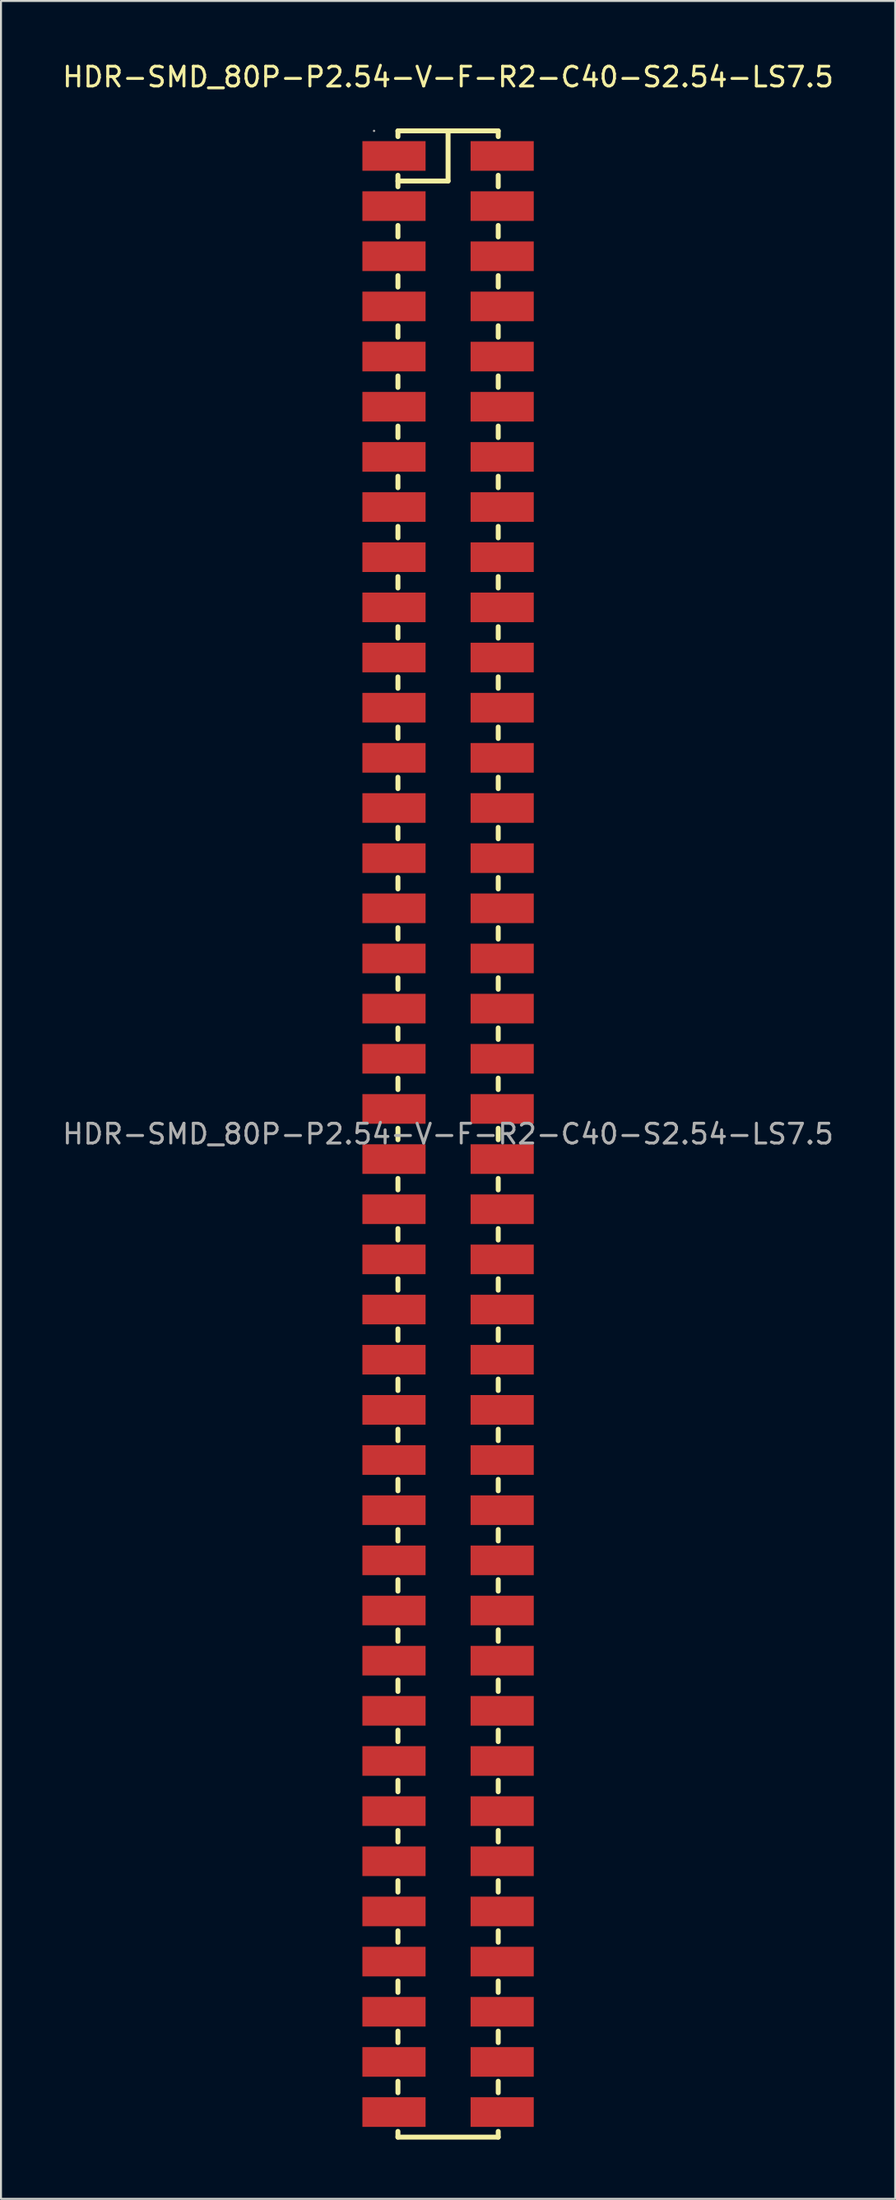
<source format=kicad_pcb>
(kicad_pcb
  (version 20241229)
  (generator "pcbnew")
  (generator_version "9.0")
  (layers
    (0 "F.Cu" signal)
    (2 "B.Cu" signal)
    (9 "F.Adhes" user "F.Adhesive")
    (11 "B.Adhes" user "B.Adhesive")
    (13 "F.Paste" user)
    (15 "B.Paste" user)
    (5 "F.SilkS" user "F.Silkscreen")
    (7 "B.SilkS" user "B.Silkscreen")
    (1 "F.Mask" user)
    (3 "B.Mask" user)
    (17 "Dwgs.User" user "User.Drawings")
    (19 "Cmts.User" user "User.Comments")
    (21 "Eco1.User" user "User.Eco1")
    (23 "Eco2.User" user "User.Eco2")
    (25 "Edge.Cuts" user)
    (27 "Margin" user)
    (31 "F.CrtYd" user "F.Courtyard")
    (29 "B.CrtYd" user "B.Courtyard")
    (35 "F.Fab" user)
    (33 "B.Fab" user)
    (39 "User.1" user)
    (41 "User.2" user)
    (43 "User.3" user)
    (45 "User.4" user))
  (footprint "HDR-SMD_80P-P2.54-V-F-R2-C40-S2.54-LS7.5"
    (layer "F.Cu")
    (at 19.649 54.378)
    (property "Reference" "HDR-SMD_80P-P2.54-V-F-R2-C40-S2.54-LS7.5" (at 0 -53.53 0) (layer "F.SilkS") (effects (font (size 1 1) (thickness 0.15))))
    (attr through_hole)
    (fp_line (start -2.54 -50.8) (end -2.54 -50.51) (stroke (width 0.25) (type solid)) (layer "F.SilkS"))
    (fp_line (start -2.54 -50.8) (end 2.54 -50.8) (stroke (width 0.25) (type solid)) (layer "F.SilkS"))
    (fp_line (start -2.54 -48.55) (end -2.54 -47.97) (stroke (width 0.25) (type solid)) (layer "F.SilkS"))
    (fp_line (start -2.54 -46.01) (end -2.54 -45.43) (stroke (width 0.25) (type solid)) (layer "F.SilkS"))
    (fp_line (start -2.54 -43.47) (end -2.54 -42.89) (stroke (width 0.25) (type solid)) (layer "F.SilkS"))
    (fp_line (start -2.54 -40.93) (end -2.54 -40.35) (stroke (width 0.25) (type solid)) (layer "F.SilkS"))
    (fp_line (start -2.54 -38.39) (end -2.54 -37.81) (stroke (width 0.25) (type solid)) (layer "F.SilkS"))
    (fp_line (start -2.54 -35.85) (end -2.54 -35.27) (stroke (width 0.25) (type solid)) (layer "F.SilkS"))
    (fp_line (start -2.54 -33.31) (end -2.54 -32.73) (stroke (width 0.25) (type solid)) (layer "F.SilkS"))
    (fp_line (start -2.54 -30.77) (end -2.54 -30.19) (stroke (width 0.25) (type solid)) (layer "F.SilkS"))
    (fp_line (start -2.54 -28.23) (end -2.54 -27.65) (stroke (width 0.25) (type solid)) (layer "F.SilkS"))
    (fp_line (start -2.54 -25.69) (end -2.54 -25.11) (stroke (width 0.25) (type solid)) (layer "F.SilkS"))
    (fp_line (start -2.54 -23.15) (end -2.54 -22.57) (stroke (width 0.25) (type solid)) (layer "F.SilkS"))
    (fp_line (start -2.54 -20.61) (end -2.54 -20.03) (stroke (width 0.25) (type solid)) (layer "F.SilkS"))
    (fp_line (start -2.54 -18.07) (end -2.54 -17.49) (stroke (width 0.25) (type solid)) (layer "F.SilkS"))
    (fp_line (start -2.54 -15.53) (end -2.54 -14.95) (stroke (width 0.25) (type solid)) (layer "F.SilkS"))
    (fp_line (start -2.54 -12.99) (end -2.54 -12.41) (stroke (width 0.25) (type solid)) (layer "F.SilkS"))
    (fp_line (start -2.54 -10.45) (end -2.54 -9.87) (stroke (width 0.25) (type solid)) (layer "F.SilkS"))
    (fp_line (start -2.54 -7.91) (end -2.54 -7.33) (stroke (width 0.25) (type solid)) (layer "F.SilkS"))
    (fp_line (start -2.54 -5.37) (end -2.54 -4.79) (stroke (width 0.25) (type solid)) (layer "F.SilkS"))
    (fp_line (start -2.54 -2.83) (end -2.54 -2.25) (stroke (width 0.25) (type solid)) (layer "F.SilkS"))
    (fp_line (start -2.54 -0.29) (end -2.54 0.29) (stroke (width 0.25) (type solid)) (layer "F.SilkS"))
    (fp_line (start -2.54 2.25) (end -2.54 2.83) (stroke (width 0.25) (type solid)) (layer "F.SilkS"))
    (fp_line (start -2.54 4.79) (end -2.54 5.37) (stroke (width 0.25) (type solid)) (layer "F.SilkS"))
    (fp_line (start -2.54 7.33) (end -2.54 7.91) (stroke (width 0.25) (type solid)) (layer "F.SilkS"))
    (fp_line (start -2.54 9.87) (end -2.54 10.45) (stroke (width 0.25) (type solid)) (layer "F.SilkS"))
    (fp_line (start -2.54 12.41) (end -2.54 12.99) (stroke (width 0.25) (type solid)) (layer "F.SilkS"))
    (fp_line (start -2.54 14.95) (end -2.54 15.53) (stroke (width 0.25) (type solid)) (layer "F.SilkS"))
    (fp_line (start -2.54 17.49) (end -2.54 18.07) (stroke (width 0.25) (type solid)) (layer "F.SilkS"))
    (fp_line (start -2.54 20.03) (end -2.54 20.61) (stroke (width 0.25) (type solid)) (layer "F.SilkS"))
    (fp_line (start -2.54 22.57) (end -2.54 23.15) (stroke (width 0.25) (type solid)) (layer "F.SilkS"))
    (fp_line (start -2.54 25.11) (end -2.54 25.69) (stroke (width 0.25) (type solid)) (layer "F.SilkS"))
    (fp_line (start -2.54 27.65) (end -2.54 28.23) (stroke (width 0.25) (type solid)) (layer "F.SilkS"))
    (fp_line (start -2.54 30.19) (end -2.54 30.77) (stroke (width 0.25) (type solid)) (layer "F.SilkS"))
    (fp_line (start -2.54 32.73) (end -2.54 33.31) (stroke (width 0.25) (type solid)) (layer "F.SilkS"))
    (fp_line (start -2.54 35.27) (end -2.54 35.85) (stroke (width 0.25) (type solid)) (layer "F.SilkS"))
    (fp_line (start -2.54 37.81) (end -2.54 38.39) (stroke (width 0.25) (type solid)) (layer "F.SilkS"))
    (fp_line (start -2.54 40.35) (end -2.54 40.93) (stroke (width 0.25) (type solid)) (layer "F.SilkS"))
    (fp_line (start -2.54 42.89) (end -2.54 43.47) (stroke (width 0.25) (type solid)) (layer "F.SilkS"))
    (fp_line (start -2.54 45.43) (end -2.54 46.01) (stroke (width 0.25) (type solid)) (layer "F.SilkS"))
    (fp_line (start -2.54 47.97) (end -2.54 48.55) (stroke (width 0.25) (type solid)) (layer "F.SilkS"))
    (fp_line (start -2.54 50.51) (end -2.54 50.8) (stroke (width 0.25) (type solid)) (layer "F.SilkS"))
    (fp_line (start -2.54 50.8) (end 2.54 50.8) (stroke (width 0.25) (type solid)) (layer "F.SilkS"))
    (fp_line (start 0 -50.8) (end 0 -48.26) (stroke (width 0.25) (type solid)) (layer "F.SilkS"))
    (fp_line (start 0 -48.26) (end -2.54 -48.26) (stroke (width 0.25) (type solid)) (layer "F.SilkS"))
    (fp_line (start 2.54 -50.51) (end 2.54 -50.8) (stroke (width 0.25) (type solid)) (layer "F.SilkS"))
    (fp_line (start 2.54 -47.97) (end 2.54 -48.55) (stroke (width 0.25) (type solid)) (layer "F.SilkS"))
    (fp_line (start 2.54 -45.43) (end 2.54 -46.01) (stroke (width 0.25) (type solid)) (layer "F.SilkS"))
    (fp_line (start 2.54 -42.89) (end 2.54 -43.47) (stroke (width 0.25) (type solid)) (layer "F.SilkS"))
    (fp_line (start 2.54 -40.35) (end 2.54 -40.93) (stroke (width 0.25) (type solid)) (layer "F.SilkS"))
    (fp_line (start 2.54 -37.81) (end 2.54 -38.39) (stroke (width 0.25) (type solid)) (layer "F.SilkS"))
    (fp_line (start 2.54 -35.27) (end 2.54 -35.85) (stroke (width 0.25) (type solid)) (layer "F.SilkS"))
    (fp_line (start 2.54 -32.73) (end 2.54 -33.31) (stroke (width 0.25) (type solid)) (layer "F.SilkS"))
    (fp_line (start 2.54 -30.19) (end 2.54 -30.77) (stroke (width 0.25) (type solid)) (layer "F.SilkS"))
    (fp_line (start 2.54 -27.65) (end 2.54 -28.23) (stroke (width 0.25) (type solid)) (layer "F.SilkS"))
    (fp_line (start 2.54 -25.11) (end 2.54 -25.69) (stroke (width 0.25) (type solid)) (layer "F.SilkS"))
    (fp_line (start 2.54 -22.57) (end 2.54 -23.15) (stroke (width 0.25) (type solid)) (layer "F.SilkS"))
    (fp_line (start 2.54 -20.03) (end 2.54 -20.61) (stroke (width 0.25) (type solid)) (layer "F.SilkS"))
    (fp_line (start 2.54 -17.49) (end 2.54 -18.07) (stroke (width 0.25) (type solid)) (layer "F.SilkS"))
    (fp_line (start 2.54 -14.95) (end 2.54 -15.53) (stroke (width 0.25) (type solid)) (layer "F.SilkS"))
    (fp_line (start 2.54 -12.41) (end 2.54 -12.99) (stroke (width 0.25) (type solid)) (layer "F.SilkS"))
    (fp_line (start 2.54 -9.87) (end 2.54 -10.45) (stroke (width 0.25) (type solid)) (layer "F.SilkS"))
    (fp_line (start 2.54 -7.33) (end 2.54 -7.91) (stroke (width 0.25) (type solid)) (layer "F.SilkS"))
    (fp_line (start 2.54 -4.79) (end 2.54 -5.37) (stroke (width 0.25) (type solid)) (layer "F.SilkS"))
    (fp_line (start 2.54 -2.25) (end 2.54 -2.83) (stroke (width 0.25) (type solid)) (layer "F.SilkS"))
    (fp_line (start 2.54 0.29) (end 2.54 -0.29) (stroke (width 0.25) (type solid)) (layer "F.SilkS"))
    (fp_line (start 2.54 2.83) (end 2.54 2.25) (stroke (width 0.25) (type solid)) (layer "F.SilkS"))
    (fp_line (start 2.54 5.37) (end 2.54 4.79) (stroke (width 0.25) (type solid)) (layer "F.SilkS"))
    (fp_line (start 2.54 7.91) (end 2.54 7.33) (stroke (width 0.25) (type solid)) (layer "F.SilkS"))
    (fp_line (start 2.54 10.45) (end 2.54 9.87) (stroke (width 0.25) (type solid)) (layer "F.SilkS"))
    (fp_line (start 2.54 12.99) (end 2.54 12.41) (stroke (width 0.25) (type solid)) (layer "F.SilkS"))
    (fp_line (start 2.54 15.53) (end 2.54 14.95) (stroke (width 0.25) (type solid)) (layer "F.SilkS"))
    (fp_line (start 2.54 18.07) (end 2.54 17.49) (stroke (width 0.25) (type solid)) (layer "F.SilkS"))
    (fp_line (start 2.54 20.61) (end 2.54 20.03) (stroke (width 0.25) (type solid)) (layer "F.SilkS"))
    (fp_line (start 2.54 23.15) (end 2.54 22.57) (stroke (width 0.25) (type solid)) (layer "F.SilkS"))
    (fp_line (start 2.54 25.69) (end 2.54 25.11) (stroke (width 0.25) (type solid)) (layer "F.SilkS"))
    (fp_line (start 2.54 28.23) (end 2.54 27.65) (stroke (width 0.25) (type solid)) (layer "F.SilkS"))
    (fp_line (start 2.54 30.77) (end 2.54 30.19) (stroke (width 0.25) (type solid)) (layer "F.SilkS"))
    (fp_line (start 2.54 33.31) (end 2.54 32.73) (stroke (width 0.25) (type solid)) (layer "F.SilkS"))
    (fp_line (start 2.54 35.85) (end 2.54 35.27) (stroke (width 0.25) (type solid)) (layer "F.SilkS"))
    (fp_line (start 2.54 38.39) (end 2.54 37.81) (stroke (width 0.25) (type solid)) (layer "F.SilkS"))
    (fp_line (start 2.54 40.93) (end 2.54 40.35) (stroke (width 0.25) (type solid)) (layer "F.SilkS"))
    (fp_line (start 2.54 43.47) (end 2.54 42.89) (stroke (width 0.25) (type solid)) (layer "F.SilkS"))
    (fp_line (start 2.54 46.01) (end 2.54 45.43) (stroke (width 0.25) (type solid)) (layer "F.SilkS"))
    (fp_line (start 2.54 48.55) (end 2.54 47.97) (stroke (width 0.25) (type solid)) (layer "F.SilkS"))
    (fp_line (start 2.54 50.8) (end 2.54 50.51) (stroke (width 0.25) (type solid)) (layer "F.SilkS"))
    (fp_circle (center -3.75 -50.8) (end -3.72 -50.8) (stroke (width 0.06) (type solid)) (fill no) (layer "F.Fab"))
    (fp_text user "${REFERENCE}" (at 0 0 0) (layer "F.Fab") (effects (font (size 1 1) (thickness 0.15))))
    (pad "1" smd rect (at -2.74 -49.53 270) (size 1.5 3.2) (layers "F.Cu" "F.Mask" "F.Paste"))
    (pad "2" smd rect (at 2.74 -49.53 270) (size 1.5 3.2) (layers "F.Cu" "F.Mask" "F.Paste"))
    (pad "3" smd rect (at -2.74 -46.99 270) (size 1.5 3.2) (layers "F.Cu" "F.Mask" "F.Paste"))
    (pad "4" smd rect (at 2.74 -46.99 270) (size 1.5 3.2) (layers "F.Cu" "F.Mask" "F.Paste"))
    (pad "5" smd rect (at -2.74 -44.45 270) (size 1.5 3.2) (layers "F.Cu" "F.Mask" "F.Paste"))
    (pad "6" smd rect (at 2.74 -44.45 270) (size 1.5 3.2) (layers "F.Cu" "F.Mask" "F.Paste"))
    (pad "7" smd rect (at -2.74 -41.91 270) (size 1.5 3.2) (layers "F.Cu" "F.Mask" "F.Paste"))
    (pad "8" smd rect (at 2.74 -41.91 270) (size 1.5 3.2) (layers "F.Cu" "F.Mask" "F.Paste"))
    (pad "9" smd rect (at -2.74 -39.37 270) (size 1.5 3.2) (layers "F.Cu" "F.Mask" "F.Paste"))
    (pad "10" smd rect (at 2.74 -39.37 270) (size 1.5 3.2) (layers "F.Cu" "F.Mask" "F.Paste"))
    (pad "11" smd rect (at -2.74 -36.83 270) (size 1.5 3.2) (layers "F.Cu" "F.Mask" "F.Paste"))
    (pad "12" smd rect (at 2.74 -36.83 270) (size 1.5 3.2) (layers "F.Cu" "F.Mask" "F.Paste"))
    (pad "13" smd rect (at -2.74 -34.29 270) (size 1.5 3.2) (layers "F.Cu" "F.Mask" "F.Paste"))
    (pad "14" smd rect (at 2.74 -34.29 270) (size 1.5 3.2) (layers "F.Cu" "F.Mask" "F.Paste"))
    (pad "15" smd rect (at -2.74 -31.75 270) (size 1.5 3.2) (layers "F.Cu" "F.Mask" "F.Paste"))
    (pad "16" smd rect (at 2.74 -31.75 270) (size 1.5 3.2) (layers "F.Cu" "F.Mask" "F.Paste"))
    (pad "17" smd rect (at -2.74 -29.21 270) (size 1.5 3.2) (layers "F.Cu" "F.Mask" "F.Paste"))
    (pad "18" smd rect (at 2.74 -29.21 270) (size 1.5 3.2) (layers "F.Cu" "F.Mask" "F.Paste"))
    (pad "19" smd rect (at -2.74 -26.67 270) (size 1.5 3.2) (layers "F.Cu" "F.Mask" "F.Paste"))
    (pad "20" smd rect (at 2.74 -26.67 270) (size 1.5 3.2) (layers "F.Cu" "F.Mask" "F.Paste"))
    (pad "21" smd rect (at -2.74 -24.13 270) (size 1.5 3.2) (layers "F.Cu" "F.Mask" "F.Paste"))
    (pad "22" smd rect (at 2.74 -24.13 270) (size 1.5 3.2) (layers "F.Cu" "F.Mask" "F.Paste"))
    (pad "23" smd rect (at -2.74 -21.59 270) (size 1.5 3.2) (layers "F.Cu" "F.Mask" "F.Paste"))
    (pad "24" smd rect (at 2.74 -21.59 270) (size 1.5 3.2) (layers "F.Cu" "F.Mask" "F.Paste"))
    (pad "25" smd rect (at -2.74 -19.05 270) (size 1.5 3.2) (layers "F.Cu" "F.Mask" "F.Paste"))
    (pad "26" smd rect (at 2.74 -19.05 270) (size 1.5 3.2) (layers "F.Cu" "F.Mask" "F.Paste"))
    (pad "27" smd rect (at -2.74 -16.51 270) (size 1.5 3.2) (layers "F.Cu" "F.Mask" "F.Paste"))
    (pad "28" smd rect (at 2.74 -16.51 270) (size 1.5 3.2) (layers "F.Cu" "F.Mask" "F.Paste"))
    (pad "29" smd rect (at -2.74 -13.97 270) (size 1.5 3.2) (layers "F.Cu" "F.Mask" "F.Paste"))
    (pad "30" smd rect (at 2.74 -13.97 270) (size 1.5 3.2) (layers "F.Cu" "F.Mask" "F.Paste"))
    (pad "31" smd rect (at -2.74 -11.43 270) (size 1.5 3.2) (layers "F.Cu" "F.Mask" "F.Paste"))
    (pad "32" smd rect (at 2.74 -11.43 270) (size 1.5 3.2) (layers "F.Cu" "F.Mask" "F.Paste"))
    (pad "33" smd rect (at -2.74 -8.89 270) (size 1.5 3.2) (layers "F.Cu" "F.Mask" "F.Paste"))
    (pad "34" smd rect (at 2.74 -8.89 270) (size 1.5 3.2) (layers "F.Cu" "F.Mask" "F.Paste"))
    (pad "35" smd rect (at -2.74 -6.35 270) (size 1.5 3.2) (layers "F.Cu" "F.Mask" "F.Paste"))
    (pad "36" smd rect (at 2.74 -6.35 270) (size 1.5 3.2) (layers "F.Cu" "F.Mask" "F.Paste"))
    (pad "37" smd rect (at -2.74 -3.81 270) (size 1.5 3.2) (layers "F.Cu" "F.Mask" "F.Paste"))
    (pad "38" smd rect (at 2.74 -3.81 270) (size 1.5 3.2) (layers "F.Cu" "F.Mask" "F.Paste"))
    (pad "39" smd rect (at -2.74 -1.27 270) (size 1.5 3.2) (layers "F.Cu" "F.Mask" "F.Paste"))
    (pad "40" smd rect (at 2.74 -1.27 270) (size 1.5 3.2) (layers "F.Cu" "F.Mask" "F.Paste"))
    (pad "41" smd rect (at -2.74 1.27 270) (size 1.5 3.2) (layers "F.Cu" "F.Mask" "F.Paste"))
    (pad "42" smd rect (at 2.74 1.27 270) (size 1.5 3.2) (layers "F.Cu" "F.Mask" "F.Paste"))
    (pad "43" smd rect (at -2.74 3.81 270) (size 1.5 3.2) (layers "F.Cu" "F.Mask" "F.Paste"))
    (pad "44" smd rect (at 2.74 3.81 270) (size 1.5 3.2) (layers "F.Cu" "F.Mask" "F.Paste"))
    (pad "45" smd rect (at -2.74 6.35 270) (size 1.5 3.2) (layers "F.Cu" "F.Mask" "F.Paste"))
    (pad "46" smd rect (at 2.74 6.35 270) (size 1.5 3.2) (layers "F.Cu" "F.Mask" "F.Paste"))
    (pad "47" smd rect (at -2.74 8.89 270) (size 1.5 3.2) (layers "F.Cu" "F.Mask" "F.Paste"))
    (pad "48" smd rect (at 2.74 8.89 270) (size 1.5 3.2) (layers "F.Cu" "F.Mask" "F.Paste"))
    (pad "49" smd rect (at -2.74 11.43 270) (size 1.5 3.2) (layers "F.Cu" "F.Mask" "F.Paste"))
    (pad "50" smd rect (at 2.74 11.43 270) (size 1.5 3.2) (layers "F.Cu" "F.Mask" "F.Paste"))
    (pad "51" smd rect (at -2.74 13.97 270) (size 1.5 3.2) (layers "F.Cu" "F.Mask" "F.Paste"))
    (pad "52" smd rect (at 2.74 13.97 270) (size 1.5 3.2) (layers "F.Cu" "F.Mask" "F.Paste"))
    (pad "53" smd rect (at -2.74 16.51 270) (size 1.5 3.2) (layers "F.Cu" "F.Mask" "F.Paste"))
    (pad "54" smd rect (at 2.74 16.51 270) (size 1.5 3.2) (layers "F.Cu" "F.Mask" "F.Paste"))
    (pad "55" smd rect (at -2.74 19.05 270) (size 1.5 3.2) (layers "F.Cu" "F.Mask" "F.Paste"))
    (pad "56" smd rect (at 2.74 19.05 270) (size 1.5 3.2) (layers "F.Cu" "F.Mask" "F.Paste"))
    (pad "57" smd rect (at -2.74 21.59 270) (size 1.5 3.2) (layers "F.Cu" "F.Mask" "F.Paste"))
    (pad "58" smd rect (at 2.74 21.59 270) (size 1.5 3.2) (layers "F.Cu" "F.Mask" "F.Paste"))
    (pad "59" smd rect (at -2.74 24.13 270) (size 1.5 3.2) (layers "F.Cu" "F.Mask" "F.Paste"))
    (pad "60" smd rect (at 2.74 24.13 270) (size 1.5 3.2) (layers "F.Cu" "F.Mask" "F.Paste"))
    (pad "61" smd rect (at -2.74 26.67 270) (size 1.5 3.2) (layers "F.Cu" "F.Mask" "F.Paste"))
    (pad "62" smd rect (at 2.74 26.67 270) (size 1.5 3.2) (layers "F.Cu" "F.Mask" "F.Paste"))
    (pad "63" smd rect (at -2.74 29.21 270) (size 1.5 3.2) (layers "F.Cu" "F.Mask" "F.Paste"))
    (pad "64" smd rect (at 2.74 29.21 270) (size 1.5 3.2) (layers "F.Cu" "F.Mask" "F.Paste"))
    (pad "65" smd rect (at -2.74 31.75 270) (size 1.5 3.2) (layers "F.Cu" "F.Mask" "F.Paste"))
    (pad "66" smd rect (at 2.74 31.75 270) (size 1.5 3.2) (layers "F.Cu" "F.Mask" "F.Paste"))
    (pad "67" smd rect (at -2.74 34.29 270) (size 1.5 3.2) (layers "F.Cu" "F.Mask" "F.Paste"))
    (pad "68" smd rect (at 2.74 34.29 270) (size 1.5 3.2) (layers "F.Cu" "F.Mask" "F.Paste"))
    (pad "69" smd rect (at -2.74 36.83 270) (size 1.5 3.2) (layers "F.Cu" "F.Mask" "F.Paste"))
    (pad "70" smd rect (at 2.74 36.83 270) (size 1.5 3.2) (layers "F.Cu" "F.Mask" "F.Paste"))
    (pad "71" smd rect (at -2.74 39.37 270) (size 1.5 3.2) (layers "F.Cu" "F.Mask" "F.Paste"))
    (pad "72" smd rect (at 2.74 39.37 270) (size 1.5 3.2) (layers "F.Cu" "F.Mask" "F.Paste"))
    (pad "73" smd rect (at -2.74 41.91 270) (size 1.5 3.2) (layers "F.Cu" "F.Mask" "F.Paste"))
    (pad "74" smd rect (at 2.74 41.91 270) (size 1.5 3.2) (layers "F.Cu" "F.Mask" "F.Paste"))
    (pad "75" smd rect (at -2.74 44.45 270) (size 1.5 3.2) (layers "F.Cu" "F.Mask" "F.Paste"))
    (pad "76" smd rect (at 2.74 44.45 270) (size 1.5 3.2) (layers "F.Cu" "F.Mask" "F.Paste"))
    (pad "77" smd rect (at -2.74 46.99 270) (size 1.5 3.2) (layers "F.Cu" "F.Mask" "F.Paste"))
    (pad "78" smd rect (at 2.74 46.99 270) (size 1.5 3.2) (layers "F.Cu" "F.Mask" "F.Paste"))
    (pad "79" smd rect (at -2.74 49.53 270) (size 1.5 3.2) (layers "F.Cu" "F.Mask" "F.Paste"))
    (pad "80" smd rect (at 2.74 49.53 270) (size 1.5 3.2) (layers "F.Cu" "F.Mask" "F.Paste")))
  (gr_rect
    (start -3 -3)
    (end 42.298 108.303)
    (stroke (width 0.1) (type default))
    (fill no)
    (layer "Edge.Cuts")))
</source>
